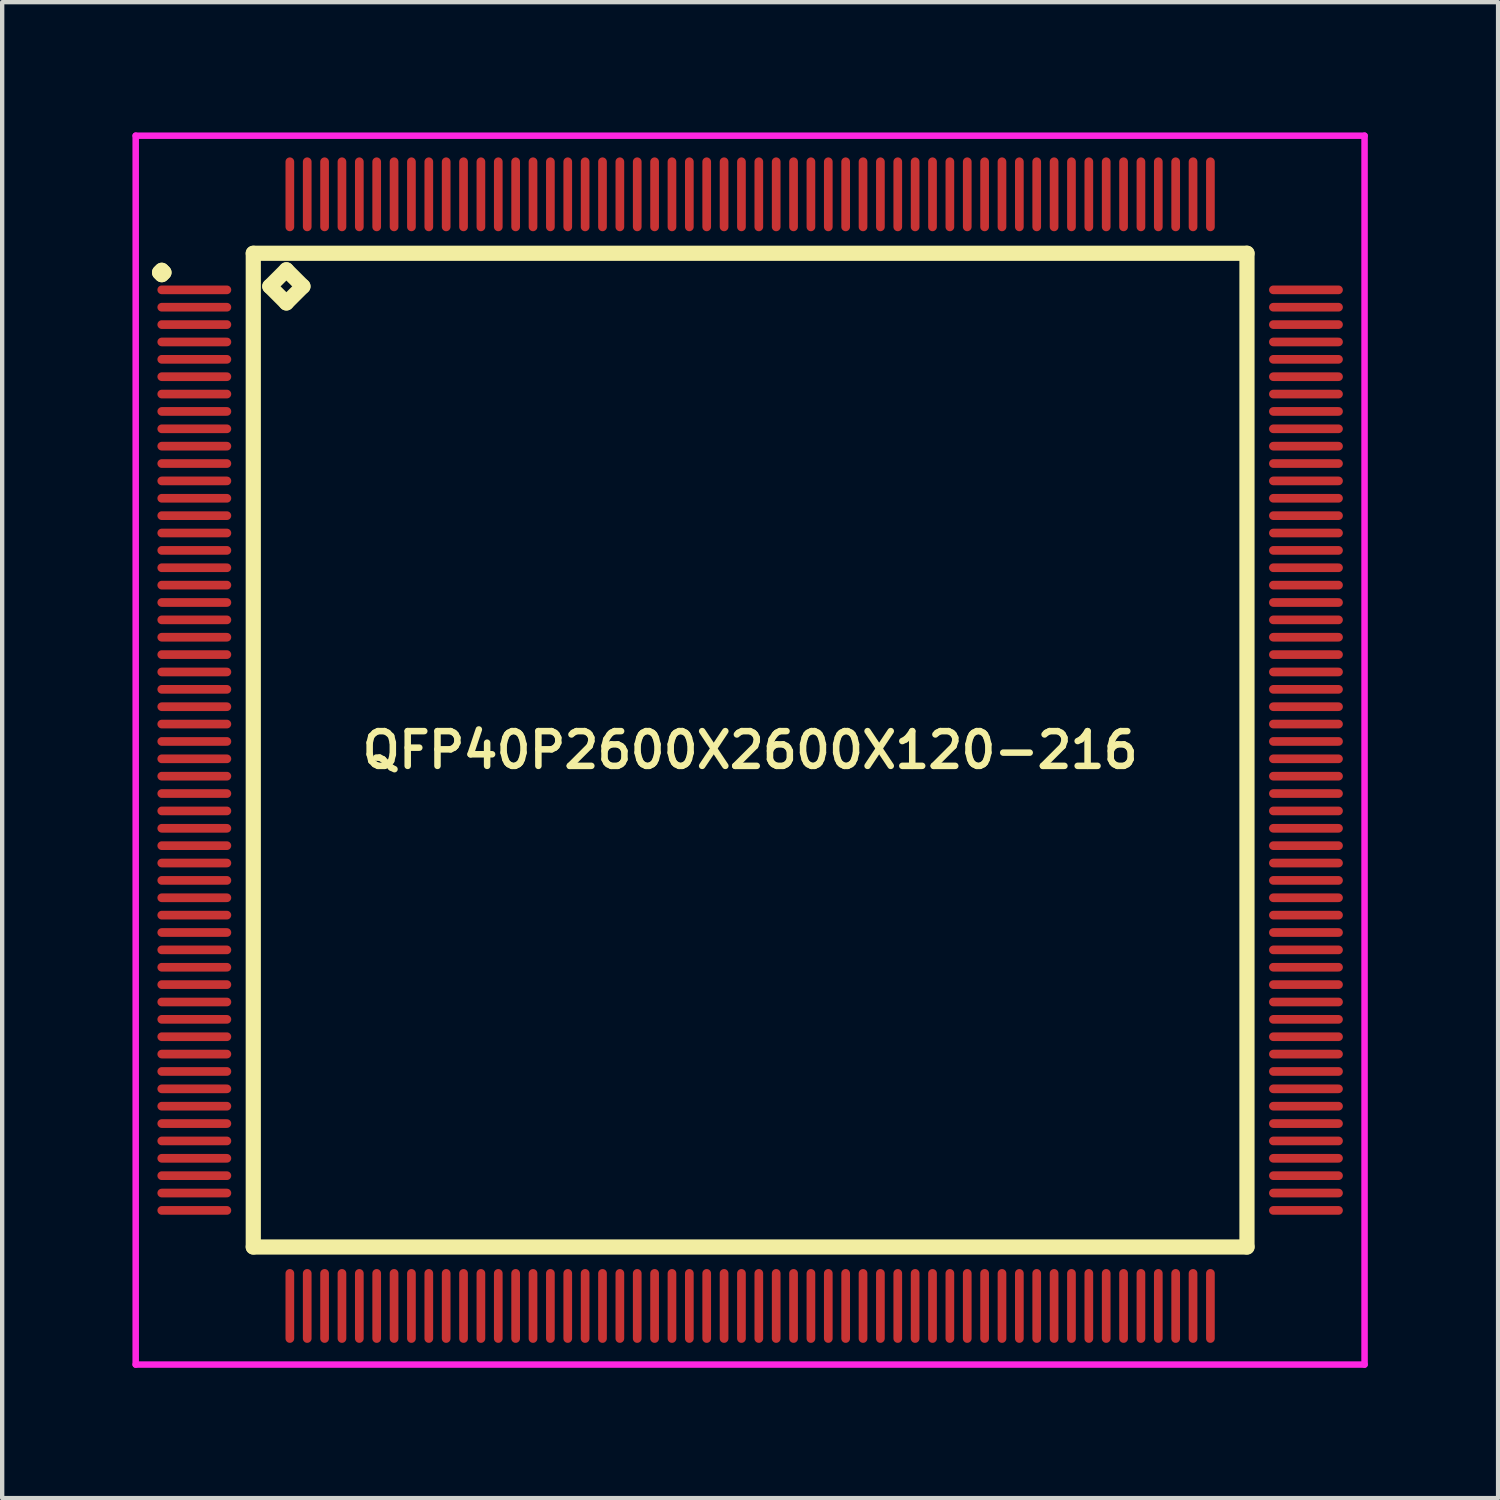
<source format=kicad_pcb>
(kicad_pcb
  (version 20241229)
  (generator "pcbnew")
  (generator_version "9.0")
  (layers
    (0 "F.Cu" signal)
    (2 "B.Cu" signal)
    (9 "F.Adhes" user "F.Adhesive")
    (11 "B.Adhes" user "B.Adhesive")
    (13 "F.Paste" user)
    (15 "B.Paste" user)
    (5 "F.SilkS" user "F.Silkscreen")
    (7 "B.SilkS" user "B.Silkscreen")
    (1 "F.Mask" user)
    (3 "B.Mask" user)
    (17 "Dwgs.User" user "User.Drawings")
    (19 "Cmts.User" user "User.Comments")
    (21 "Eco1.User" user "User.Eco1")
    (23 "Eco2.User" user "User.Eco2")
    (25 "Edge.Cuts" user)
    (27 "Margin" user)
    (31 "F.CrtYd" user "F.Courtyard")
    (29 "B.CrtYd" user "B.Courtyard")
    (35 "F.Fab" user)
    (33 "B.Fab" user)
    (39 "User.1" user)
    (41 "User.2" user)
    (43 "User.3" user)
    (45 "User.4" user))
  (footprint "QFP40P2600X2600X120-216"
    (layer "F.Cu")
    (at 14.225 14.225)
    (property "Reference" "QFP40P2600X2600X120-216" (at 0 0 0) (layer "F.SilkS") (effects (font (size 0.8 0.8) (thickness 0.15))))
    (attr smd)
    (fp_line (start -13.6 -11) (end -13.55 -11.05) (stroke (width 0.35) (type solid)) (layer "F.SilkS"))
    (fp_line (start -13.55 -11.05) (end -13.5 -11) (stroke (width 0.35) (type solid)) (layer "F.SilkS"))
    (fp_line (start -13.55 -10.95) (end -13.6 -11) (stroke (width 0.35) (type solid)) (layer "F.SilkS"))
    (fp_line (start -13.5 -11) (end -13.55 -10.95) (stroke (width 0.35) (type solid)) (layer "F.SilkS"))
    (fp_line (start -11.442 -11.442) (end -11.442 11.442) (stroke (width 0.35) (type solid)) (layer "F.SilkS"))
    (fp_line (start -11.442 11.442) (end 11.442 11.442) (stroke (width 0.35) (type solid)) (layer "F.SilkS"))
    (fp_line (start -11.061 -10.68) (end -10.68 -11.061) (stroke (width 0.35) (type solid)) (layer "F.SilkS"))
    (fp_line (start -10.68 -11.061) (end -10.299 -10.68) (stroke (width 0.35) (type solid)) (layer "F.SilkS"))
    (fp_line (start -10.68 -10.299) (end -11.061 -10.68) (stroke (width 0.35) (type solid)) (layer "F.SilkS"))
    (fp_line (start -10.299 -10.68) (end -10.68 -10.299) (stroke (width 0.35) (type solid)) (layer "F.SilkS"))
    (fp_line (start 11.442 -11.442) (end -11.442 -11.442) (stroke (width 0.35) (type solid)) (layer "F.SilkS"))
    (fp_line (start 11.442 11.442) (end 11.442 -11.442) (stroke (width 0.35) (type solid)) (layer "F.SilkS"))
    (fp_line (start -14.15 -14.15) (end 14.15 -14.15) (stroke (width 0.15) (type solid)) (layer "F.CrtYd"))
    (fp_line (start -14.15 14.15) (end -14.15 -14.15) (stroke (width 0.15) (type solid)) (layer "F.CrtYd"))
    (fp_line (start 14.15 -14.15) (end 14.15 14.15) (stroke (width 0.15) (type solid)) (layer "F.CrtYd"))
    (fp_line (start 14.15 14.15) (end -14.15 14.15) (stroke (width 0.15) (type solid)) (layer "F.CrtYd"))
    (pad "1" smd oval (at -12.8 -10.6) (size 1.7 0.2) (layers "F.Cu" "F.Mask" "F.Paste"))
    (pad "2" smd oval (at -12.8 -10.2) (size 1.7 0.2) (layers "F.Cu" "F.Mask" "F.Paste"))
    (pad "3" smd oval (at -12.8 -9.8) (size 1.7 0.2) (layers "F.Cu" "F.Mask" "F.Paste"))
    (pad "4" smd oval (at -12.8 -9.4) (size 1.7 0.2) (layers "F.Cu" "F.Mask" "F.Paste"))
    (pad "5" smd oval (at -12.8 -9) (size 1.7 0.2) (layers "F.Cu" "F.Mask" "F.Paste"))
    (pad "6" smd oval (at -12.8 -8.6) (size 1.7 0.2) (layers "F.Cu" "F.Mask" "F.Paste"))
    (pad "7" smd oval (at -12.8 -8.2) (size 1.7 0.2) (layers "F.Cu" "F.Mask" "F.Paste"))
    (pad "8" smd oval (at -12.8 -7.8) (size 1.7 0.2) (layers "F.Cu" "F.Mask" "F.Paste"))
    (pad "9" smd oval (at -12.8 -7.4) (size 1.7 0.2) (layers "F.Cu" "F.Mask" "F.Paste"))
    (pad "10" smd oval (at -12.8 -7) (size 1.7 0.2) (layers "F.Cu" "F.Mask" "F.Paste"))
    (pad "11" smd oval (at -12.8 -6.6) (size 1.7 0.2) (layers "F.Cu" "F.Mask" "F.Paste"))
    (pad "12" smd oval (at -12.8 -6.2) (size 1.7 0.2) (layers "F.Cu" "F.Mask" "F.Paste"))
    (pad "13" smd oval (at -12.8 -5.8) (size 1.7 0.2) (layers "F.Cu" "F.Mask" "F.Paste"))
    (pad "14" smd oval (at -12.8 -5.4) (size 1.7 0.2) (layers "F.Cu" "F.Mask" "F.Paste"))
    (pad "15" smd oval (at -12.8 -5) (size 1.7 0.2) (layers "F.Cu" "F.Mask" "F.Paste"))
    (pad "16" smd oval (at -12.8 -4.6) (size 1.7 0.2) (layers "F.Cu" "F.Mask" "F.Paste"))
    (pad "17" smd oval (at -12.8 -4.2) (size 1.7 0.2) (layers "F.Cu" "F.Mask" "F.Paste"))
    (pad "18" smd oval (at -12.8 -3.8) (size 1.7 0.2) (layers "F.Cu" "F.Mask" "F.Paste"))
    (pad "19" smd oval (at -12.8 -3.4) (size 1.7 0.2) (layers "F.Cu" "F.Mask" "F.Paste"))
    (pad "20" smd oval (at -12.8 -3) (size 1.7 0.2) (layers "F.Cu" "F.Mask" "F.Paste"))
    (pad "21" smd oval (at -12.8 -2.6) (size 1.7 0.2) (layers "F.Cu" "F.Mask" "F.Paste"))
    (pad "22" smd oval (at -12.8 -2.2) (size 1.7 0.2) (layers "F.Cu" "F.Mask" "F.Paste"))
    (pad "23" smd oval (at -12.8 -1.8) (size 1.7 0.2) (layers "F.Cu" "F.Mask" "F.Paste"))
    (pad "24" smd oval (at -12.8 -1.4) (size 1.7 0.2) (layers "F.Cu" "F.Mask" "F.Paste"))
    (pad "25" smd oval (at -12.8 -1) (size 1.7 0.2) (layers "F.Cu" "F.Mask" "F.Paste"))
    (pad "26" smd oval (at -12.8 -0.6) (size 1.7 0.2) (layers "F.Cu" "F.Mask" "F.Paste"))
    (pad "27" smd oval (at -12.8 -0.2) (size 1.7 0.2) (layers "F.Cu" "F.Mask" "F.Paste"))
    (pad "28" smd oval (at -12.8 0.2) (size 1.7 0.2) (layers "F.Cu" "F.Mask" "F.Paste"))
    (pad "29" smd oval (at -12.8 0.6) (size 1.7 0.2) (layers "F.Cu" "F.Mask" "F.Paste"))
    (pad "30" smd oval (at -12.8 1) (size 1.7 0.2) (layers "F.Cu" "F.Mask" "F.Paste"))
    (pad "31" smd oval (at -12.8 1.4) (size 1.7 0.2) (layers "F.Cu" "F.Mask" "F.Paste"))
    (pad "32" smd oval (at -12.8 1.8) (size 1.7 0.2) (layers "F.Cu" "F.Mask" "F.Paste"))
    (pad "33" smd oval (at -12.8 2.2) (size 1.7 0.2) (layers "F.Cu" "F.Mask" "F.Paste"))
    (pad "34" smd oval (at -12.8 2.6) (size 1.7 0.2) (layers "F.Cu" "F.Mask" "F.Paste"))
    (pad "35" smd oval (at -12.8 3) (size 1.7 0.2) (layers "F.Cu" "F.Mask" "F.Paste"))
    (pad "36" smd oval (at -12.8 3.4) (size 1.7 0.2) (layers "F.Cu" "F.Mask" "F.Paste"))
    (pad "37" smd oval (at -12.8 3.8) (size 1.7 0.2) (layers "F.Cu" "F.Mask" "F.Paste"))
    (pad "38" smd oval (at -12.8 4.2) (size 1.7 0.2) (layers "F.Cu" "F.Mask" "F.Paste"))
    (pad "39" smd oval (at -12.8 4.6) (size 1.7 0.2) (layers "F.Cu" "F.Mask" "F.Paste"))
    (pad "40" smd oval (at -12.8 5) (size 1.7 0.2) (layers "F.Cu" "F.Mask" "F.Paste"))
    (pad "41" smd oval (at -12.8 5.4) (size 1.7 0.2) (layers "F.Cu" "F.Mask" "F.Paste"))
    (pad "42" smd oval (at -12.8 5.8) (size 1.7 0.2) (layers "F.Cu" "F.Mask" "F.Paste"))
    (pad "43" smd oval (at -12.8 6.2) (size 1.7 0.2) (layers "F.Cu" "F.Mask" "F.Paste"))
    (pad "44" smd oval (at -12.8 6.6) (size 1.7 0.2) (layers "F.Cu" "F.Mask" "F.Paste"))
    (pad "45" smd oval (at -12.8 7) (size 1.7 0.2) (layers "F.Cu" "F.Mask" "F.Paste"))
    (pad "46" smd oval (at -12.8 7.4) (size 1.7 0.2) (layers "F.Cu" "F.Mask" "F.Paste"))
    (pad "47" smd oval (at -12.8 7.8) (size 1.7 0.2) (layers "F.Cu" "F.Mask" "F.Paste"))
    (pad "48" smd oval (at -12.8 8.2) (size 1.7 0.2) (layers "F.Cu" "F.Mask" "F.Paste"))
    (pad "49" smd oval (at -12.8 8.6) (size 1.7 0.2) (layers "F.Cu" "F.Mask" "F.Paste"))
    (pad "50" smd oval (at -12.8 9) (size 1.7 0.2) (layers "F.Cu" "F.Mask" "F.Paste"))
    (pad "51" smd oval (at -12.8 9.4) (size 1.7 0.2) (layers "F.Cu" "F.Mask" "F.Paste"))
    (pad "52" smd oval (at -12.8 9.8) (size 1.7 0.2) (layers "F.Cu" "F.Mask" "F.Paste"))
    (pad "53" smd oval (at -12.8 10.2) (size 1.7 0.2) (layers "F.Cu" "F.Mask" "F.Paste"))
    (pad "54" smd oval (at -12.8 10.6) (size 1.7 0.2) (layers "F.Cu" "F.Mask" "F.Paste"))
    (pad "55" smd oval (at -10.6 12.8) (size 0.2 1.7) (layers "F.Cu" "F.Mask" "F.Paste"))
    (pad "56" smd oval (at -10.2 12.8) (size 0.2 1.7) (layers "F.Cu" "F.Mask" "F.Paste"))
    (pad "57" smd oval (at -9.8 12.8) (size 0.2 1.7) (layers "F.Cu" "F.Mask" "F.Paste"))
    (pad "58" smd oval (at -9.4 12.8) (size 0.2 1.7) (layers "F.Cu" "F.Mask" "F.Paste"))
    (pad "59" smd oval (at -9 12.8) (size 0.2 1.7) (layers "F.Cu" "F.Mask" "F.Paste"))
    (pad "60" smd oval (at -8.6 12.8) (size 0.2 1.7) (layers "F.Cu" "F.Mask" "F.Paste"))
    (pad "61" smd oval (at -8.2 12.8) (size 0.2 1.7) (layers "F.Cu" "F.Mask" "F.Paste"))
    (pad "62" smd oval (at -7.8 12.8) (size 0.2 1.7) (layers "F.Cu" "F.Mask" "F.Paste"))
    (pad "63" smd oval (at -7.4 12.8) (size 0.2 1.7) (layers "F.Cu" "F.Mask" "F.Paste"))
    (pad "64" smd oval (at -7 12.8) (size 0.2 1.7) (layers "F.Cu" "F.Mask" "F.Paste"))
    (pad "65" smd oval (at -6.6 12.8) (size 0.2 1.7) (layers "F.Cu" "F.Mask" "F.Paste"))
    (pad "66" smd oval (at -6.2 12.8) (size 0.2 1.7) (layers "F.Cu" "F.Mask" "F.Paste"))
    (pad "67" smd oval (at -5.8 12.8) (size 0.2 1.7) (layers "F.Cu" "F.Mask" "F.Paste"))
    (pad "68" smd oval (at -5.4 12.8) (size 0.2 1.7) (layers "F.Cu" "F.Mask" "F.Paste"))
    (pad "69" smd oval (at -5 12.8) (size 0.2 1.7) (layers "F.Cu" "F.Mask" "F.Paste"))
    (pad "70" smd oval (at -4.6 12.8) (size 0.2 1.7) (layers "F.Cu" "F.Mask" "F.Paste"))
    (pad "71" smd oval (at -4.2 12.8) (size 0.2 1.7) (layers "F.Cu" "F.Mask" "F.Paste"))
    (pad "72" smd oval (at -3.8 12.8) (size 0.2 1.7) (layers "F.Cu" "F.Mask" "F.Paste"))
    (pad "73" smd oval (at -3.4 12.8) (size 0.2 1.7) (layers "F.Cu" "F.Mask" "F.Paste"))
    (pad "74" smd oval (at -3 12.8) (size 0.2 1.7) (layers "F.Cu" "F.Mask" "F.Paste"))
    (pad "75" smd oval (at -2.6 12.8) (size 0.2 1.7) (layers "F.Cu" "F.Mask" "F.Paste"))
    (pad "76" smd oval (at -2.2 12.8) (size 0.2 1.7) (layers "F.Cu" "F.Mask" "F.Paste"))
    (pad "77" smd oval (at -1.8 12.8) (size 0.2 1.7) (layers "F.Cu" "F.Mask" "F.Paste"))
    (pad "78" smd oval (at -1.4 12.8) (size 0.2 1.7) (layers "F.Cu" "F.Mask" "F.Paste"))
    (pad "79" smd oval (at -1 12.8) (size 0.2 1.7) (layers "F.Cu" "F.Mask" "F.Paste"))
    (pad "80" smd oval (at -0.6 12.8) (size 0.2 1.7) (layers "F.Cu" "F.Mask" "F.Paste"))
    (pad "81" smd oval (at -0.2 12.8) (size 0.2 1.7) (layers "F.Cu" "F.Mask" "F.Paste"))
    (pad "82" smd oval (at 0.2 12.8) (size 0.2 1.7) (layers "F.Cu" "F.Mask" "F.Paste"))
    (pad "83" smd oval (at 0.6 12.8) (size 0.2 1.7) (layers "F.Cu" "F.Mask" "F.Paste"))
    (pad "84" smd oval (at 1 12.8) (size 0.2 1.7) (layers "F.Cu" "F.Mask" "F.Paste"))
    (pad "85" smd oval (at 1.4 12.8) (size 0.2 1.7) (layers "F.Cu" "F.Mask" "F.Paste"))
    (pad "86" smd oval (at 1.8 12.8) (size 0.2 1.7) (layers "F.Cu" "F.Mask" "F.Paste"))
    (pad "87" smd oval (at 2.2 12.8) (size 0.2 1.7) (layers "F.Cu" "F.Mask" "F.Paste"))
    (pad "88" smd oval (at 2.6 12.8) (size 0.2 1.7) (layers "F.Cu" "F.Mask" "F.Paste"))
    (pad "89" smd oval (at 3 12.8) (size 0.2 1.7) (layers "F.Cu" "F.Mask" "F.Paste"))
    (pad "90" smd oval (at 3.4 12.8) (size 0.2 1.7) (layers "F.Cu" "F.Mask" "F.Paste"))
    (pad "91" smd oval (at 3.8 12.8) (size 0.2 1.7) (layers "F.Cu" "F.Mask" "F.Paste"))
    (pad "92" smd oval (at 4.2 12.8) (size 0.2 1.7) (layers "F.Cu" "F.Mask" "F.Paste"))
    (pad "93" smd oval (at 4.6 12.8) (size 0.2 1.7) (layers "F.Cu" "F.Mask" "F.Paste"))
    (pad "94" smd oval (at 5 12.8) (size 0.2 1.7) (layers "F.Cu" "F.Mask" "F.Paste"))
    (pad "95" smd oval (at 5.4 12.8) (size 0.2 1.7) (layers "F.Cu" "F.Mask" "F.Paste"))
    (pad "96" smd oval (at 5.8 12.8) (size 0.2 1.7) (layers "F.Cu" "F.Mask" "F.Paste"))
    (pad "97" smd oval (at 6.2 12.8) (size 0.2 1.7) (layers "F.Cu" "F.Mask" "F.Paste"))
    (pad "98" smd oval (at 6.6 12.8) (size 0.2 1.7) (layers "F.Cu" "F.Mask" "F.Paste"))
    (pad "99" smd oval (at 7 12.8) (size 0.2 1.7) (layers "F.Cu" "F.Mask" "F.Paste"))
    (pad "100" smd oval (at 7.4 12.8) (size 0.2 1.7) (layers "F.Cu" "F.Mask" "F.Paste"))
    (pad "101" smd oval (at 7.8 12.8) (size 0.2 1.7) (layers "F.Cu" "F.Mask" "F.Paste"))
    (pad "102" smd oval (at 8.2 12.8) (size 0.2 1.7) (layers "F.Cu" "F.Mask" "F.Paste"))
    (pad "103" smd oval (at 8.6 12.8) (size 0.2 1.7) (layers "F.Cu" "F.Mask" "F.Paste"))
    (pad "104" smd oval (at 9 12.8) (size 0.2 1.7) (layers "F.Cu" "F.Mask" "F.Paste"))
    (pad "105" smd oval (at 9.4 12.8) (size 0.2 1.7) (layers "F.Cu" "F.Mask" "F.Paste"))
    (pad "106" smd oval (at 9.8 12.8) (size 0.2 1.7) (layers "F.Cu" "F.Mask" "F.Paste"))
    (pad "107" smd oval (at 10.2 12.8) (size 0.2 1.7) (layers "F.Cu" "F.Mask" "F.Paste"))
    (pad "108" smd oval (at 10.6 12.8) (size 0.2 1.7) (layers "F.Cu" "F.Mask" "F.Paste"))
    (pad "109" smd oval (at 12.8 10.6) (size 1.7 0.2) (layers "F.Cu" "F.Mask" "F.Paste"))
    (pad "110" smd oval (at 12.8 10.2) (size 1.7 0.2) (layers "F.Cu" "F.Mask" "F.Paste"))
    (pad "111" smd oval (at 12.8 9.8) (size 1.7 0.2) (layers "F.Cu" "F.Mask" "F.Paste"))
    (pad "112" smd oval (at 12.8 9.4) (size 1.7 0.2) (layers "F.Cu" "F.Mask" "F.Paste"))
    (pad "113" smd oval (at 12.8 9) (size 1.7 0.2) (layers "F.Cu" "F.Mask" "F.Paste"))
    (pad "114" smd oval (at 12.8 8.6) (size 1.7 0.2) (layers "F.Cu" "F.Mask" "F.Paste"))
    (pad "115" smd oval (at 12.8 8.2) (size 1.7 0.2) (layers "F.Cu" "F.Mask" "F.Paste"))
    (pad "116" smd oval (at 12.8 7.8) (size 1.7 0.2) (layers "F.Cu" "F.Mask" "F.Paste"))
    (pad "117" smd oval (at 12.8 7.4) (size 1.7 0.2) (layers "F.Cu" "F.Mask" "F.Paste"))
    (pad "118" smd oval (at 12.8 7) (size 1.7 0.2) (layers "F.Cu" "F.Mask" "F.Paste"))
    (pad "119" smd oval (at 12.8 6.6) (size 1.7 0.2) (layers "F.Cu" "F.Mask" "F.Paste"))
    (pad "120" smd oval (at 12.8 6.2) (size 1.7 0.2) (layers "F.Cu" "F.Mask" "F.Paste"))
    (pad "121" smd oval (at 12.8 5.8) (size 1.7 0.2) (layers "F.Cu" "F.Mask" "F.Paste"))
    (pad "122" smd oval (at 12.8 5.4) (size 1.7 0.2) (layers "F.Cu" "F.Mask" "F.Paste"))
    (pad "123" smd oval (at 12.8 5) (size 1.7 0.2) (layers "F.Cu" "F.Mask" "F.Paste"))
    (pad "124" smd oval (at 12.8 4.6) (size 1.7 0.2) (layers "F.Cu" "F.Mask" "F.Paste"))
    (pad "125" smd oval (at 12.8 4.2) (size 1.7 0.2) (layers "F.Cu" "F.Mask" "F.Paste"))
    (pad "126" smd oval (at 12.8 3.8) (size 1.7 0.2) (layers "F.Cu" "F.Mask" "F.Paste"))
    (pad "127" smd oval (at 12.8 3.4) (size 1.7 0.2) (layers "F.Cu" "F.Mask" "F.Paste"))
    (pad "128" smd oval (at 12.8 3) (size 1.7 0.2) (layers "F.Cu" "F.Mask" "F.Paste"))
    (pad "129" smd oval (at 12.8 2.6) (size 1.7 0.2) (layers "F.Cu" "F.Mask" "F.Paste"))
    (pad "130" smd oval (at 12.8 2.2) (size 1.7 0.2) (layers "F.Cu" "F.Mask" "F.Paste"))
    (pad "131" smd oval (at 12.8 1.8) (size 1.7 0.2) (layers "F.Cu" "F.Mask" "F.Paste"))
    (pad "132" smd oval (at 12.8 1.4) (size 1.7 0.2) (layers "F.Cu" "F.Mask" "F.Paste"))
    (pad "133" smd oval (at 12.8 1) (size 1.7 0.2) (layers "F.Cu" "F.Mask" "F.Paste"))
    (pad "134" smd oval (at 12.8 0.6) (size 1.7 0.2) (layers "F.Cu" "F.Mask" "F.Paste"))
    (pad "135" smd oval (at 12.8 0.2) (size 1.7 0.2) (layers "F.Cu" "F.Mask" "F.Paste"))
    (pad "136" smd oval (at 12.8 -0.2) (size 1.7 0.2) (layers "F.Cu" "F.Mask" "F.Paste"))
    (pad "137" smd oval (at 12.8 -0.6) (size 1.7 0.2) (layers "F.Cu" "F.Mask" "F.Paste"))
    (pad "138" smd oval (at 12.8 -1) (size 1.7 0.2) (layers "F.Cu" "F.Mask" "F.Paste"))
    (pad "139" smd oval (at 12.8 -1.4) (size 1.7 0.2) (layers "F.Cu" "F.Mask" "F.Paste"))
    (pad "140" smd oval (at 12.8 -1.8) (size 1.7 0.2) (layers "F.Cu" "F.Mask" "F.Paste"))
    (pad "141" smd oval (at 12.8 -2.2) (size 1.7 0.2) (layers "F.Cu" "F.Mask" "F.Paste"))
    (pad "142" smd oval (at 12.8 -2.6) (size 1.7 0.2) (layers "F.Cu" "F.Mask" "F.Paste"))
    (pad "143" smd oval (at 12.8 -3) (size 1.7 0.2) (layers "F.Cu" "F.Mask" "F.Paste"))
    (pad "144" smd oval (at 12.8 -3.4) (size 1.7 0.2) (layers "F.Cu" "F.Mask" "F.Paste"))
    (pad "145" smd oval (at 12.8 -3.8) (size 1.7 0.2) (layers "F.Cu" "F.Mask" "F.Paste"))
    (pad "146" smd oval (at 12.8 -4.2) (size 1.7 0.2) (layers "F.Cu" "F.Mask" "F.Paste"))
    (pad "147" smd oval (at 12.8 -4.6) (size 1.7 0.2) (layers "F.Cu" "F.Mask" "F.Paste"))
    (pad "148" smd oval (at 12.8 -5) (size 1.7 0.2) (layers "F.Cu" "F.Mask" "F.Paste"))
    (pad "149" smd oval (at 12.8 -5.4) (size 1.7 0.2) (layers "F.Cu" "F.Mask" "F.Paste"))
    (pad "150" smd oval (at 12.8 -5.8) (size 1.7 0.2) (layers "F.Cu" "F.Mask" "F.Paste"))
    (pad "151" smd oval (at 12.8 -6.2) (size 1.7 0.2) (layers "F.Cu" "F.Mask" "F.Paste"))
    (pad "152" smd oval (at 12.8 -6.6) (size 1.7 0.2) (layers "F.Cu" "F.Mask" "F.Paste"))
    (pad "153" smd oval (at 12.8 -7) (size 1.7 0.2) (layers "F.Cu" "F.Mask" "F.Paste"))
    (pad "154" smd oval (at 12.8 -7.4) (size 1.7 0.2) (layers "F.Cu" "F.Mask" "F.Paste"))
    (pad "155" smd oval (at 12.8 -7.8) (size 1.7 0.2) (layers "F.Cu" "F.Mask" "F.Paste"))
    (pad "156" smd oval (at 12.8 -8.2) (size 1.7 0.2) (layers "F.Cu" "F.Mask" "F.Paste"))
    (pad "157" smd oval (at 12.8 -8.6) (size 1.7 0.2) (layers "F.Cu" "F.Mask" "F.Paste"))
    (pad "158" smd oval (at 12.8 -9) (size 1.7 0.2) (layers "F.Cu" "F.Mask" "F.Paste"))
    (pad "159" smd oval (at 12.8 -9.4) (size 1.7 0.2) (layers "F.Cu" "F.Mask" "F.Paste"))
    (pad "160" smd oval (at 12.8 -9.8) (size 1.7 0.2) (layers "F.Cu" "F.Mask" "F.Paste"))
    (pad "161" smd oval (at 12.8 -10.2) (size 1.7 0.2) (layers "F.Cu" "F.Mask" "F.Paste"))
    (pad "162" smd oval (at 12.8 -10.6) (size 1.7 0.2) (layers "F.Cu" "F.Mask" "F.Paste"))
    (pad "163" smd oval (at 10.6 -12.8) (size 0.2 1.7) (layers "F.Cu" "F.Mask" "F.Paste"))
    (pad "164" smd oval (at 10.2 -12.8) (size 0.2 1.7) (layers "F.Cu" "F.Mask" "F.Paste"))
    (pad "165" smd oval (at 9.8 -12.8) (size 0.2 1.7) (layers "F.Cu" "F.Mask" "F.Paste"))
    (pad "166" smd oval (at 9.4 -12.8) (size 0.2 1.7) (layers "F.Cu" "F.Mask" "F.Paste"))
    (pad "167" smd oval (at 9 -12.8) (size 0.2 1.7) (layers "F.Cu" "F.Mask" "F.Paste"))
    (pad "168" smd oval (at 8.6 -12.8) (size 0.2 1.7) (layers "F.Cu" "F.Mask" "F.Paste"))
    (pad "169" smd oval (at 8.2 -12.8) (size 0.2 1.7) (layers "F.Cu" "F.Mask" "F.Paste"))
    (pad "170" smd oval (at 7.8 -12.8) (size 0.2 1.7) (layers "F.Cu" "F.Mask" "F.Paste"))
    (pad "171" smd oval (at 7.4 -12.8) (size 0.2 1.7) (layers "F.Cu" "F.Mask" "F.Paste"))
    (pad "172" smd oval (at 7 -12.8) (size 0.2 1.7) (layers "F.Cu" "F.Mask" "F.Paste"))
    (pad "173" smd oval (at 6.6 -12.8) (size 0.2 1.7) (layers "F.Cu" "F.Mask" "F.Paste"))
    (pad "174" smd oval (at 6.2 -12.8) (size 0.2 1.7) (layers "F.Cu" "F.Mask" "F.Paste"))
    (pad "175" smd oval (at 5.8 -12.8) (size 0.2 1.7) (layers "F.Cu" "F.Mask" "F.Paste"))
    (pad "176" smd oval (at 5.4 -12.8) (size 0.2 1.7) (layers "F.Cu" "F.Mask" "F.Paste"))
    (pad "177" smd oval (at 5 -12.8) (size 0.2 1.7) (layers "F.Cu" "F.Mask" "F.Paste"))
    (pad "178" smd oval (at 4.6 -12.8) (size 0.2 1.7) (layers "F.Cu" "F.Mask" "F.Paste"))
    (pad "179" smd oval (at 4.2 -12.8) (size 0.2 1.7) (layers "F.Cu" "F.Mask" "F.Paste"))
    (pad "180" smd oval (at 3.8 -12.8) (size 0.2 1.7) (layers "F.Cu" "F.Mask" "F.Paste"))
    (pad "181" smd oval (at 3.4 -12.8) (size 0.2 1.7) (layers "F.Cu" "F.Mask" "F.Paste"))
    (pad "182" smd oval (at 3 -12.8) (size 0.2 1.7) (layers "F.Cu" "F.Mask" "F.Paste"))
    (pad "183" smd oval (at 2.6 -12.8) (size 0.2 1.7) (layers "F.Cu" "F.Mask" "F.Paste"))
    (pad "184" smd oval (at 2.2 -12.8) (size 0.2 1.7) (layers "F.Cu" "F.Mask" "F.Paste"))
    (pad "185" smd oval (at 1.8 -12.8) (size 0.2 1.7) (layers "F.Cu" "F.Mask" "F.Paste"))
    (pad "186" smd oval (at 1.4 -12.8) (size 0.2 1.7) (layers "F.Cu" "F.Mask" "F.Paste"))
    (pad "187" smd oval (at 1 -12.8) (size 0.2 1.7) (layers "F.Cu" "F.Mask" "F.Paste"))
    (pad "188" smd oval (at 0.6 -12.8) (size 0.2 1.7) (layers "F.Cu" "F.Mask" "F.Paste"))
    (pad "189" smd oval (at 0.2 -12.8) (size 0.2 1.7) (layers "F.Cu" "F.Mask" "F.Paste"))
    (pad "190" smd oval (at -0.2 -12.8) (size 0.2 1.7) (layers "F.Cu" "F.Mask" "F.Paste"))
    (pad "191" smd oval (at -0.6 -12.8) (size 0.2 1.7) (layers "F.Cu" "F.Mask" "F.Paste"))
    (pad "192" smd oval (at -1 -12.8) (size 0.2 1.7) (layers "F.Cu" "F.Mask" "F.Paste"))
    (pad "193" smd oval (at -1.4 -12.8) (size 0.2 1.7) (layers "F.Cu" "F.Mask" "F.Paste"))
    (pad "194" smd oval (at -1.8 -12.8) (size 0.2 1.7) (layers "F.Cu" "F.Mask" "F.Paste"))
    (pad "195" smd oval (at -2.2 -12.8) (size 0.2 1.7) (layers "F.Cu" "F.Mask" "F.Paste"))
    (pad "196" smd oval (at -2.6 -12.8) (size 0.2 1.7) (layers "F.Cu" "F.Mask" "F.Paste"))
    (pad "197" smd oval (at -3 -12.8) (size 0.2 1.7) (layers "F.Cu" "F.Mask" "F.Paste"))
    (pad "198" smd oval (at -3.4 -12.8) (size 0.2 1.7) (layers "F.Cu" "F.Mask" "F.Paste"))
    (pad "199" smd oval (at -3.8 -12.8) (size 0.2 1.7) (layers "F.Cu" "F.Mask" "F.Paste"))
    (pad "200" smd oval (at -4.2 -12.8) (size 0.2 1.7) (layers "F.Cu" "F.Mask" "F.Paste"))
    (pad "201" smd oval (at -4.6 -12.8) (size 0.2 1.7) (layers "F.Cu" "F.Mask" "F.Paste"))
    (pad "202" smd oval (at -5 -12.8) (size 0.2 1.7) (layers "F.Cu" "F.Mask" "F.Paste"))
    (pad "203" smd oval (at -5.4 -12.8) (size 0.2 1.7) (layers "F.Cu" "F.Mask" "F.Paste"))
    (pad "204" smd oval (at -5.8 -12.8) (size 0.2 1.7) (layers "F.Cu" "F.Mask" "F.Paste"))
    (pad "205" smd oval (at -6.2 -12.8) (size 0.2 1.7) (layers "F.Cu" "F.Mask" "F.Paste"))
    (pad "206" smd oval (at -6.6 -12.8) (size 0.2 1.7) (layers "F.Cu" "F.Mask" "F.Paste"))
    (pad "207" smd oval (at -7 -12.8) (size 0.2 1.7) (layers "F.Cu" "F.Mask" "F.Paste"))
    (pad "208" smd oval (at -7.4 -12.8) (size 0.2 1.7) (layers "F.Cu" "F.Mask" "F.Paste"))
    (pad "209" smd oval (at -7.8 -12.8) (size 0.2 1.7) (layers "F.Cu" "F.Mask" "F.Paste"))
    (pad "210" smd oval (at -8.2 -12.8) (size 0.2 1.7) (layers "F.Cu" "F.Mask" "F.Paste"))
    (pad "211" smd oval (at -8.6 -12.8) (size 0.2 1.7) (layers "F.Cu" "F.Mask" "F.Paste"))
    (pad "212" smd oval (at -9 -12.8) (size 0.2 1.7) (layers "F.Cu" "F.Mask" "F.Paste"))
    (pad "213" smd oval (at -9.4 -12.8) (size 0.2 1.7) (layers "F.Cu" "F.Mask" "F.Paste"))
    (pad "214" smd oval (at -9.8 -12.8) (size 0.2 1.7) (layers "F.Cu" "F.Mask" "F.Paste"))
    (pad "215" smd oval (at -10.2 -12.8) (size 0.2 1.7) (layers "F.Cu" "F.Mask" "F.Paste"))
    (pad "216" smd oval (at -10.6 -12.8) (size 0.2 1.7) (layers "F.Cu" "F.Mask" "F.Paste")))
  (gr_rect
    (start -3 -3)
    (end 31.45 31.45)
    (stroke (width 0.1) (type default))
    (fill no)
    (layer "Edge.Cuts")))
</source>
